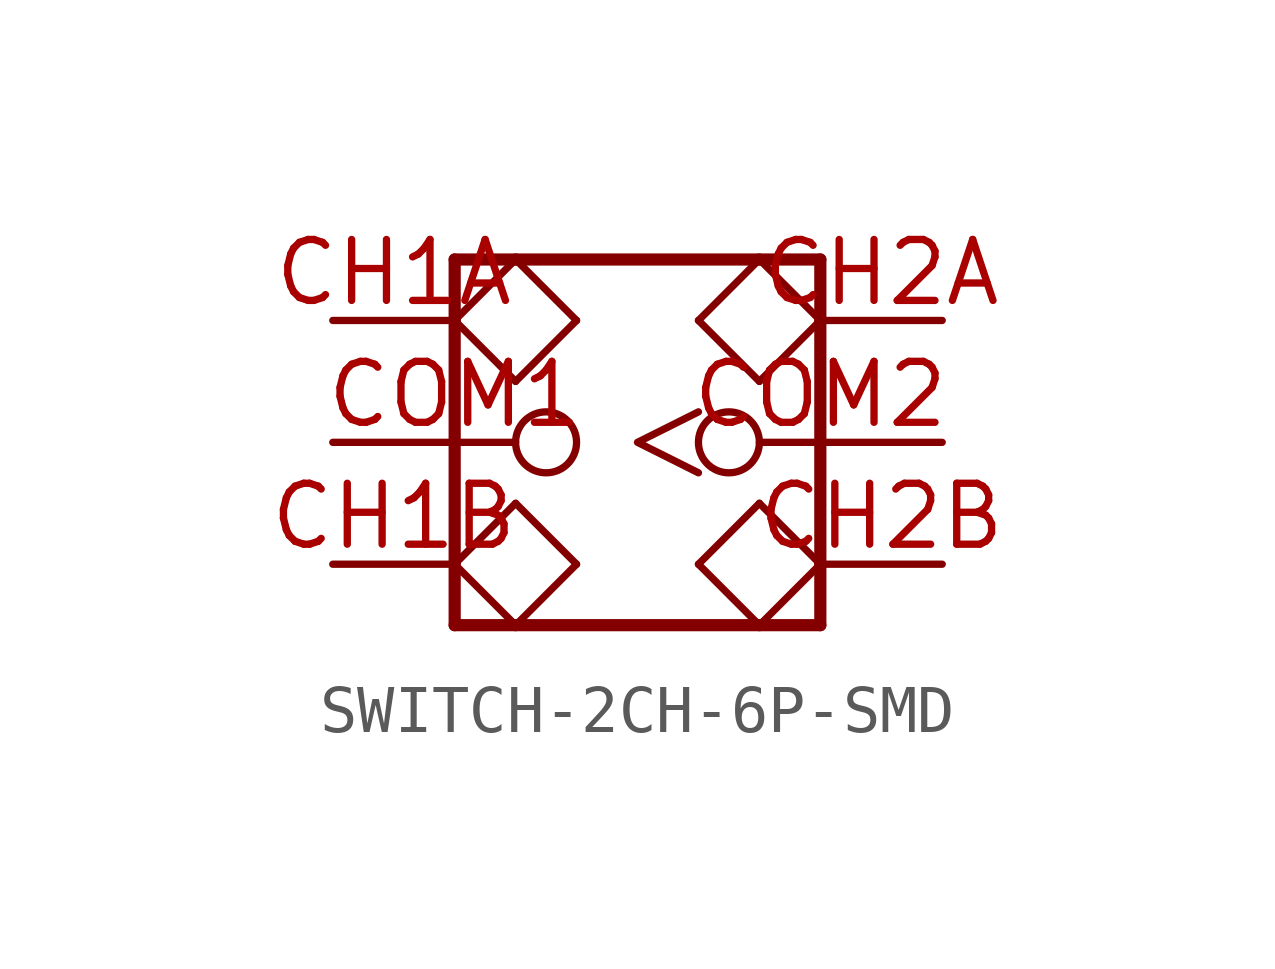
<source format=kicad_sym>
(kicad_symbol_lib
  (version 20220914)
  (generator kicad_symbol_editor)
  (symbol "SWITCH-2CH-6P-SMD"
    (property "Reference" "SW"
      (at -3.81 3.81 0)
      (effects (font (size 1.27 1.079)) (justify left bottom) hide))
    (property "ki_locked" ""
      (at 0 0 0)
      (effects (font (size 1.27 1.27))))
    (symbol "SWITCH-2CH-6P-SMD_1_0"
      (polyline (pts (xy -3.81 -3.81) (xy -3.81 -2.54)) (stroke (width 0.254) (type solid)) (fill (type none)))
      (polyline (pts (xy -3.81 -2.54) (xy -3.81 2.54)) (stroke (width 0.254) (type solid)) (fill (type none)))
      (polyline (pts (xy -3.81 -2.54) (xy -2.54 -1.27)) (stroke (width 0.152) (type solid)) (fill (type none)))
      (polyline (pts (xy -3.81 2.54) (xy -3.81 3.81)) (stroke (width 0.254) (type solid)) (fill (type none)))
      (polyline (pts (xy -3.81 2.54) (xy -2.54 3.81)) (stroke (width 0.152) (type solid)) (fill (type none)))
      (polyline (pts (xy -3.81 3.81) (xy -2.54 3.81)) (stroke (width 0.254) (type solid)) (fill (type none)))
      (polyline (pts (xy -2.54 -3.81) (xy -3.81 -3.81)) (stroke (width 0.254) (type solid)) (fill (type none)))
      (polyline (pts (xy -2.54 -3.81) (xy -3.81 -2.54)) (stroke (width 0.152) (type solid)) (fill (type none)))
      (polyline (pts (xy -2.54 -1.27) (xy -1.27 -2.54)) (stroke (width 0.152) (type solid)) (fill (type none)))
      (polyline (pts (xy -2.54 1.27) (xy -3.81 2.54)) (stroke (width 0.152) (type solid)) (fill (type none)))
      (polyline (pts (xy -2.54 3.81) (xy -1.27 2.54)) (stroke (width 0.152) (type solid)) (fill (type none)))
      (polyline (pts (xy -2.54 3.81) (xy 2.54 3.81)) (stroke (width 0.254) (type solid)) (fill (type none)))
      (polyline (pts (xy -1.27 -2.54) (xy -2.54 -3.81)) (stroke (width 0.152) (type solid)) (fill (type none)))
      (polyline (pts (xy -1.27 2.54) (xy -2.54 1.27)) (stroke (width 0.152) (type solid)) (fill (type none)))
      (polyline (pts (xy 1.27 -2.54) (xy 2.54 -3.81)) (stroke (width 0.152) (type solid)) (fill (type none)))
      (polyline (pts (xy 1.27 2.54) (xy 2.54 1.27)) (stroke (width 0.152) (type solid)) (fill (type none)))
      (polyline (pts (xy 2.54 -3.81) (xy -2.54 -3.81)) (stroke (width 0.254) (type solid)) (fill (type none)))
      (polyline (pts (xy 2.54 -3.81) (xy 3.81 -2.54)) (stroke (width 0.152) (type solid)) (fill (type none)))
      (polyline (pts (xy 2.54 -1.27) (xy 1.27 -2.54)) (stroke (width 0.152) (type solid)) (fill (type none)))
      (polyline (pts (xy 2.54 1.27) (xy 3.81 2.54)) (stroke (width 0.152) (type solid)) (fill (type none)))
      (polyline (pts (xy 2.54 3.81) (xy 1.27 2.54)) (stroke (width 0.152) (type solid)) (fill (type none)))
      (polyline (pts (xy 2.54 3.81) (xy 3.81 3.81)) (stroke (width 0.254) (type solid)) (fill (type none)))
      (polyline (pts (xy 3.81 -3.81) (xy 2.54 -3.81)) (stroke (width 0.254) (type solid)) (fill (type none)))
      (polyline (pts (xy 3.81 -2.54) (xy 2.54 -1.27)) (stroke (width 0.152) (type solid)) (fill (type none)))
      (polyline (pts (xy 3.81 -2.54) (xy 3.81 -3.81)) (stroke (width 0.254) (type solid)) (fill (type none)))
      (polyline (pts (xy 3.81 2.54) (xy 2.54 3.81)) (stroke (width 0.152) (type solid)) (fill (type none)))
      (polyline (pts (xy 3.81 2.54) (xy 3.81 -2.54)) (stroke (width 0.254) (type solid)) (fill (type none)))
      (polyline (pts (xy 3.81 3.81) (xy 3.81 2.54)) (stroke (width 0.254) (type solid)) (fill (type none)))
      (pin bidirectional line (at -6.35 2.54 0) (length 2.54) (name "CH1A" (effects (font (size 0 0)))) (number "CH1A" (effects (font (size 1.27 1.27)))))
      (pin bidirectional line (at -6.35 -2.54 0) (length 2.54) (name "CH1B" (effects (font (size 0 0)))) (number "CH1B" (effects (font (size 1.27 1.27)))))
      (pin bidirectional line (at 6.35 2.54 180) (length 2.54) (name "CH2A" (effects (font (size 0 0)))) (number "CH2A" (effects (font (size 1.27 1.27)))))
      (pin bidirectional line (at 6.35 -2.54 180) (length 2.54) (name "CH2B" (effects (font (size 0 0)))) (number "CH2B" (effects (font (size 1.27 1.27)))))
      (pin bidirectional inverted (at -6.35 0 0) (length 5.08) (name "COM1" (effects (font (size 0 0)))) (number "COM1" (effects (font (size 1.27 1.27)))))
      (pin bidirectional inverted_clock (at 6.35 0 180) (length 5.08) (name "COM2" (effects (font (size 0 0)))) (number "COM2" (effects (font (size 1.27 1.27))))))))
</source>
